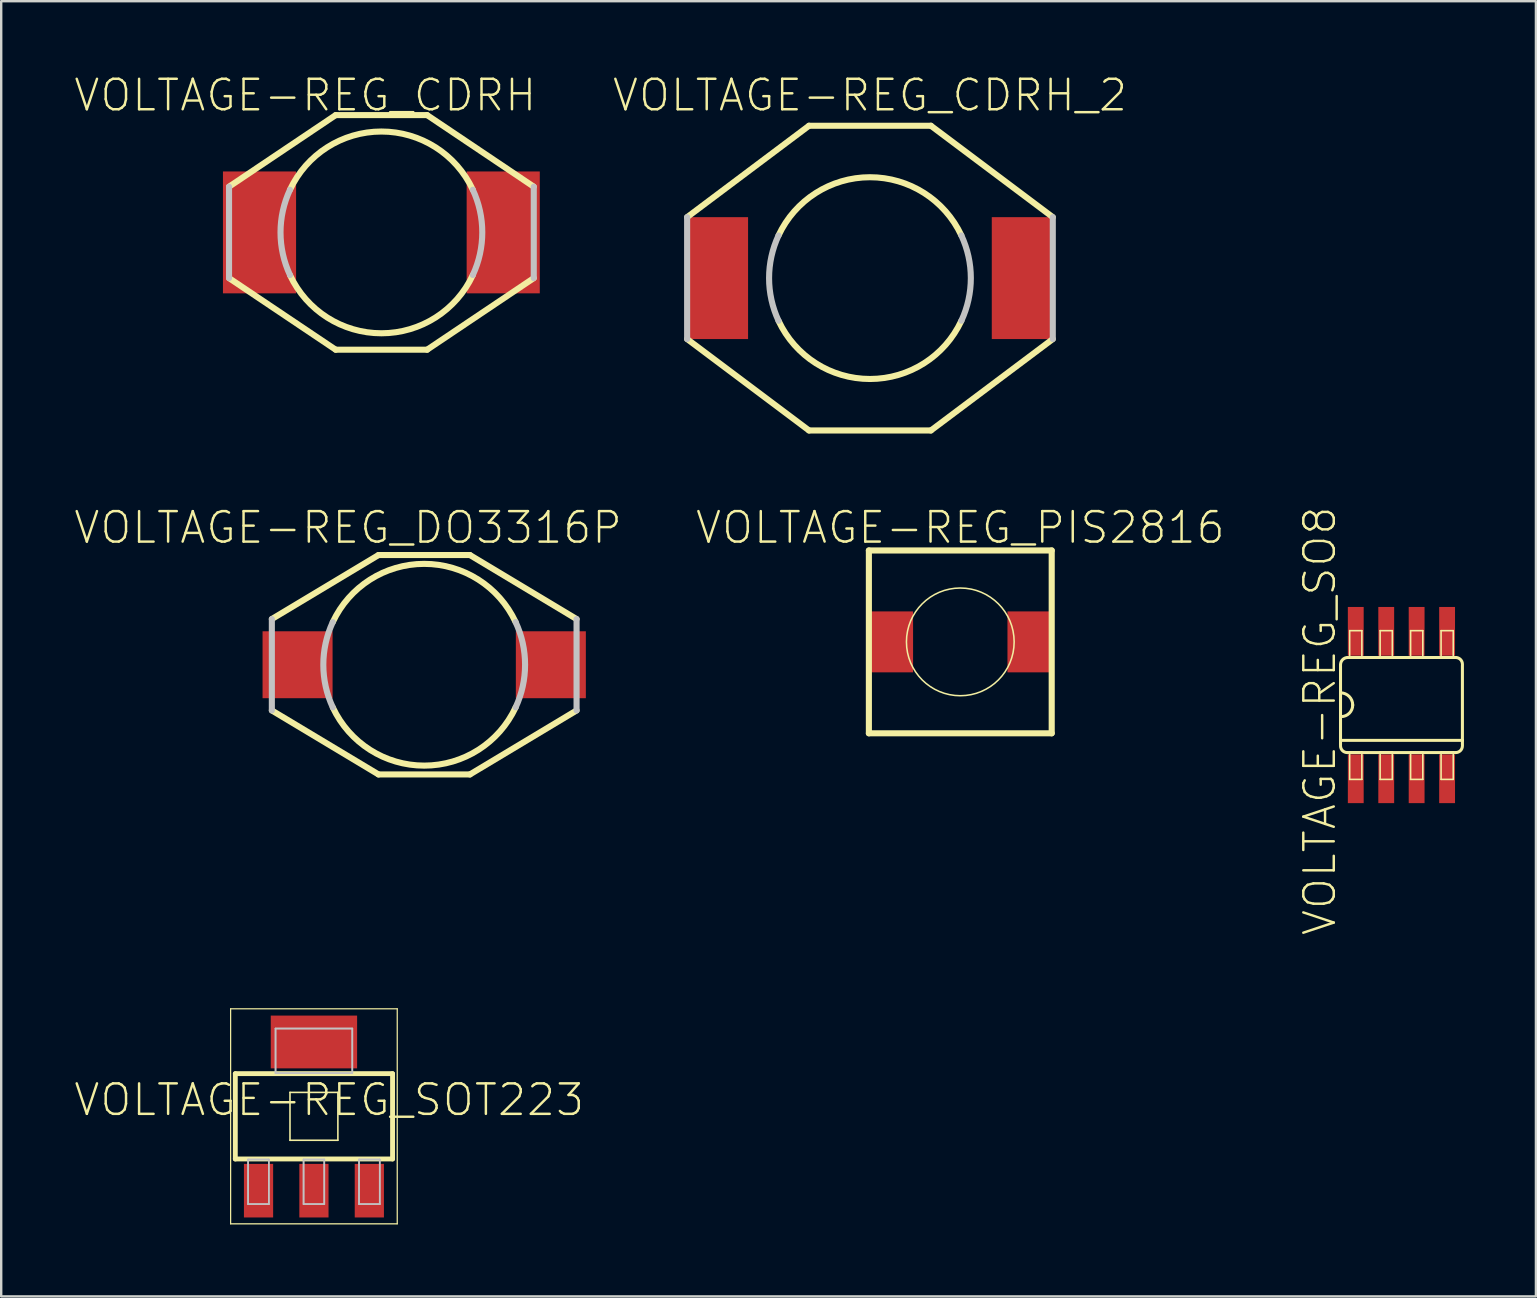
<source format=kicad_pcb>
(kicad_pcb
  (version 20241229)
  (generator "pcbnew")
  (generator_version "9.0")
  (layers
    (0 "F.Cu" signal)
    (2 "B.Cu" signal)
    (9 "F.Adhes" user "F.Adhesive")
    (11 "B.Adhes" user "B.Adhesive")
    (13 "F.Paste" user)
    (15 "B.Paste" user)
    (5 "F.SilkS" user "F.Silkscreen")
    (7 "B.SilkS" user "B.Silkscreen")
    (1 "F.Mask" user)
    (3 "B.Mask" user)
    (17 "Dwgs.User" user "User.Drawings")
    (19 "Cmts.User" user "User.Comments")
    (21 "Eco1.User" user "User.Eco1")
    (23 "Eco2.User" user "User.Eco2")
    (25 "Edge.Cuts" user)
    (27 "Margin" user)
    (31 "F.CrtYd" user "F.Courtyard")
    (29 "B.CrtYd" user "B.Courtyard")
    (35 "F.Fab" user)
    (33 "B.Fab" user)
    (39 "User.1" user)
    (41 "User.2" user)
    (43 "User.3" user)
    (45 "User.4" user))
  (footprint "VOLTAGE-REG_CDRH"
    (layer "F.Cu")
    (at 12.846 6.636)
    (property "Reference" "VOLTAGE-REG_CDRH" (at -3.175 -5.715 0) (layer "F.SilkS") (effects (font (size 1.27 1.27) (thickness 0.102))))
    (attr smd)
    (fp_line (start -6.35 -1.905) (end -1.905 -4.889) (stroke (width 0.254) (type solid)) (layer "F.SilkS"))
    (fp_line (start -6.35 1.905) (end -1.905 4.889) (stroke (width 0.254) (type solid)) (layer "F.SilkS"))
    (fp_line (start -1.905 -4.889) (end 1.905 -4.889) (stroke (width 0.254) (type solid)) (layer "F.SilkS"))
    (fp_line (start -1.905 4.889) (end 1.905 4.889) (stroke (width 0.254) (type solid)) (layer "F.SilkS"))
    (fp_line (start 6.35 -1.905) (end 1.905 -4.889) (stroke (width 0.254) (type solid)) (layer "F.SilkS"))
    (fp_line (start 6.35 1.905) (end 1.905 4.889) (stroke (width 0.254) (type solid)) (layer "F.SilkS"))
    (fp_arc (start -3.81 -1.778) (mid -0.002429 -4.204447) (end 3.807943 -1.782402) (stroke (width 0.254) (type solid)) (layer "F.SilkS"))
    (fp_arc (start 3.81 1.778) (mid 0.002429 4.204447) (end -3.807943 1.782402) (stroke (width 0.254) (type solid)) (layer "F.SilkS"))
    (fp_line (start -6.35 -1.905) (end -6.35 1.905) (stroke (width 0.254) (type solid)) (layer "Dwgs.User"))
    (fp_line (start 6.35 -1.905) (end 6.35 1.905) (stroke (width 0.254) (type solid)) (layer "Dwgs.User"))
    (fp_arc (start -3.81 1.778) (mid -4.204448 0.00124) (end -3.811048 -1.775753) (stroke (width 0.254) (type solid)) (layer "Dwgs.User"))
    (fp_arc (start 3.81 -1.778) (mid 4.204448 -0.00124) (end 3.811048 1.775753) (stroke (width 0.254) (type solid)) (layer "Dwgs.User"))
    (pad "1" smd rect (at -5.08 0 90) (size 5.08 3.048) (layers "F.Cu" "F.Mask" "F.Paste"))
    (pad "2" smd rect (at 5.077 0 90) (size 5.08 3.048) (layers "F.Cu" "F.Mask" "F.Paste")))
  (footprint "VOLTAGE-REG_PIS2816"
    (layer "F.Cu")
    (at 36.973 23.702)
    (property "Reference" "VOLTAGE-REG_PIS2816" (at 0 -4.763 0) (layer "F.SilkS") (effects (font (size 1.27 1.27) (thickness 0.102))))
    (attr smd)
    (fp_line (start -3.81 -3.81) (end -3.81 3.81) (stroke (width 0.254) (type solid)) (layer "F.SilkS"))
    (fp_line (start -3.81 -3.81) (end 3.81 -3.81) (stroke (width 0.254) (type solid)) (layer "F.SilkS"))
    (fp_line (start -3.81 3.81) (end 3.81 3.81) (stroke (width 0.254) (type solid)) (layer "F.SilkS"))
    (fp_line (start 3.81 -3.81) (end 3.81 3.81) (stroke (width 0.254) (type solid)) (layer "F.SilkS"))
    (fp_circle (center 0 0) (end -1.587 1.587) (stroke (width 0.064) (type solid)) (fill no) (layer "F.SilkS"))
    (pad "1" smd rect (at -2.857 0 90) (size 2.54 1.778) (layers "F.Cu" "F.Mask" "F.Paste"))
    (pad "2" smd rect (at 2.855 0 90) (size 2.54 1.778) (layers "F.Cu" "F.Mask" "F.Paste")))
  (footprint "VOLTAGE-REG_CDRH_2"
    (layer "F.Cu")
    (at 33.208 8.541)
    (property "Reference" "VOLTAGE-REG_CDRH_2" (at 0 -7.62 0) (layer "F.SilkS") (effects (font (size 1.27 1.27) (thickness 0.102))))
    (attr smd)
    (fp_line (start -7.62 -2.54) (end -2.54 -6.35) (stroke (width 0.254) (type solid)) (layer "F.SilkS"))
    (fp_line (start -7.62 2.54) (end -2.54 6.35) (stroke (width 0.254) (type solid)) (layer "F.SilkS"))
    (fp_line (start -2.54 -6.35) (end 2.54 -6.35) (stroke (width 0.254) (type solid)) (layer "F.SilkS"))
    (fp_line (start -2.54 6.35) (end 2.54 6.35) (stroke (width 0.254) (type solid)) (layer "F.SilkS"))
    (fp_line (start 7.62 -2.54) (end 2.54 -6.35) (stroke (width 0.254) (type solid)) (layer "F.SilkS"))
    (fp_line (start 7.62 2.54) (end 2.54 6.35) (stroke (width 0.254) (type solid)) (layer "F.SilkS"))
    (fp_arc (start -3.81 -1.778) (mid -0.002429 -4.204447) (end 3.807943 -1.782402) (stroke (width 0.254) (type solid)) (layer "F.SilkS"))
    (fp_arc (start 3.81 1.778) (mid 0.002429 4.204447) (end -3.807943 1.782402) (stroke (width 0.254) (type solid)) (layer "F.SilkS"))
    (fp_line (start -7.62 -2.54) (end -7.62 2.54) (stroke (width 0.254) (type solid)) (layer "Dwgs.User"))
    (fp_line (start 7.62 -2.54) (end 7.62 2.54) (stroke (width 0.254) (type solid)) (layer "Dwgs.User"))
    (fp_arc (start -3.81 1.778) (mid -4.204448 0.00124) (end -3.811048 -1.775753) (stroke (width 0.254) (type solid)) (layer "Dwgs.User"))
    (fp_arc (start 3.81 -1.778) (mid 4.204448 -0.00124) (end 3.811048 1.775753) (stroke (width 0.254) (type solid)) (layer "Dwgs.User"))
    (pad "1" smd rect (at -6.35 0 90) (size 5.08 2.54) (layers "F.Cu" "F.Mask" "F.Paste"))
    (pad "2" smd rect (at 6.347 0 90) (size 5.08 2.54) (layers "F.Cu" "F.Mask" "F.Paste")))
  (footprint "VOLTAGE-REG_SO8"
    (layer "F.Cu")
    (at 55.36 26.334)
    (property "Reference" "VOLTAGE-REG_SO8" (at -3.404 0.66 90) (layer "F.SilkS") (effects (font (size 1.27 1.27) (thickness 0.102))))
    (attr smd)
    (fp_line (start -2.54 -0.508) (end -2.54 -1.651) (stroke (width 0.127) (type solid)) (layer "F.SilkS"))
    (fp_line (start -2.54 1.651) (end -2.54 -0.508) (stroke (width 0.127) (type solid)) (layer "F.SilkS"))
    (fp_line (start -2.515 1.473) (end 2.54 1.473) (stroke (width 0.127) (type solid)) (layer "F.SilkS"))
    (fp_line (start -2.235 -1.981) (end -2.207 -1.981) (stroke (width 0.127) (type solid)) (layer "F.SilkS"))
    (fp_line (start -2.182 1.981) (end -2.261 1.981) (stroke (width 0.127) (type solid)) (layer "F.SilkS"))
    (fp_line (start -2.159 -3.099) (end -1.651 -3.099) (stroke (width 0.066) (type solid)) (layer "F.SilkS"))
    (fp_line (start -2.159 -1.981) (end 2.159 -1.981) (stroke (width 0.127) (type solid)) (layer "F.SilkS"))
    (fp_line (start -2.159 -1.956) (end -2.159 -3.099) (stroke (width 0.066) (type solid)) (layer "F.SilkS"))
    (fp_line (start -2.159 -1.956) (end -1.651 -1.956) (stroke (width 0.066) (type solid)) (layer "F.SilkS"))
    (fp_line (start -2.159 1.956) (end -1.651 1.956) (stroke (width 0.066) (type solid)) (layer "F.SilkS"))
    (fp_line (start -2.159 1.981) (end 2.159 1.981) (stroke (width 0.127) (type solid)) (layer "F.SilkS"))
    (fp_line (start -2.159 3.099) (end -2.159 1.956) (stroke (width 0.066) (type solid)) (layer "F.SilkS"))
    (fp_line (start -2.159 3.099) (end -1.651 3.099) (stroke (width 0.066) (type solid)) (layer "F.SilkS"))
    (fp_line (start -1.651 -1.956) (end -1.651 -3.099) (stroke (width 0.066) (type solid)) (layer "F.SilkS"))
    (fp_line (start -1.651 3.099) (end -1.651 1.956) (stroke (width 0.066) (type solid)) (layer "F.SilkS"))
    (fp_line (start -0.889 -3.099) (end -0.381 -3.099) (stroke (width 0.066) (type solid)) (layer "F.SilkS"))
    (fp_line (start -0.889 -1.956) (end -0.889 -3.099) (stroke (width 0.066) (type solid)) (layer "F.SilkS"))
    (fp_line (start -0.889 -1.956) (end -0.381 -1.956) (stroke (width 0.066) (type solid)) (layer "F.SilkS"))
    (fp_line (start -0.889 1.956) (end -0.381 1.956) (stroke (width 0.066) (type solid)) (layer "F.SilkS"))
    (fp_line (start -0.889 3.099) (end -0.889 1.956) (stroke (width 0.066) (type solid)) (layer "F.SilkS"))
    (fp_line (start -0.889 3.099) (end -0.381 3.099) (stroke (width 0.066) (type solid)) (layer "F.SilkS"))
    (fp_line (start -0.381 -1.956) (end -0.381 -3.099) (stroke (width 0.066) (type solid)) (layer "F.SilkS"))
    (fp_line (start -0.381 3.099) (end -0.381 1.956) (stroke (width 0.066) (type solid)) (layer "F.SilkS"))
    (fp_line (start 0.381 -3.099) (end 0.889 -3.099) (stroke (width 0.066) (type solid)) (layer "F.SilkS"))
    (fp_line (start 0.381 -1.956) (end 0.381 -3.099) (stroke (width 0.066) (type solid)) (layer "F.SilkS"))
    (fp_line (start 0.381 -1.956) (end 0.889 -1.956) (stroke (width 0.066) (type solid)) (layer "F.SilkS"))
    (fp_line (start 0.381 1.956) (end 0.889 1.956) (stroke (width 0.066) (type solid)) (layer "F.SilkS"))
    (fp_line (start 0.381 3.099) (end 0.381 1.956) (stroke (width 0.066) (type solid)) (layer "F.SilkS"))
    (fp_line (start 0.381 3.099) (end 0.889 3.099) (stroke (width 0.066) (type solid)) (layer "F.SilkS"))
    (fp_line (start 0.889 -1.956) (end 0.889 -3.099) (stroke (width 0.066) (type solid)) (layer "F.SilkS"))
    (fp_line (start 0.889 3.099) (end 0.889 1.956) (stroke (width 0.066) (type solid)) (layer "F.SilkS"))
    (fp_line (start 1.651 -3.099) (end 2.159 -3.099) (stroke (width 0.066) (type solid)) (layer "F.SilkS"))
    (fp_line (start 1.651 -1.956) (end 1.651 -3.099) (stroke (width 0.066) (type solid)) (layer "F.SilkS"))
    (fp_line (start 1.651 -1.956) (end 2.159 -1.956) (stroke (width 0.066) (type solid)) (layer "F.SilkS"))
    (fp_line (start 1.651 1.956) (end 2.159 1.956) (stroke (width 0.066) (type solid)) (layer "F.SilkS"))
    (fp_line (start 1.651 3.099) (end 1.651 1.956) (stroke (width 0.066) (type solid)) (layer "F.SilkS"))
    (fp_line (start 1.651 3.099) (end 2.159 3.099) (stroke (width 0.066) (type solid)) (layer "F.SilkS"))
    (fp_line (start 2.159 -1.956) (end 2.159 -3.099) (stroke (width 0.066) (type solid)) (layer "F.SilkS"))
    (fp_line (start 2.159 3.099) (end 2.159 1.956) (stroke (width 0.066) (type solid)) (layer "F.SilkS"))
    (fp_line (start 2.182 -1.981) (end 2.261 -1.981) (stroke (width 0.127) (type solid)) (layer "F.SilkS"))
    (fp_line (start 2.182 1.981) (end 2.261 1.981) (stroke (width 0.127) (type solid)) (layer "F.SilkS"))
    (fp_line (start 2.54 -1.651) (end 2.54 1.473) (stroke (width 0.127) (type solid)) (layer "F.SilkS"))
    (fp_line (start 2.54 1.473) (end 2.54 1.651) (stroke (width 0.127) (type solid)) (layer "F.SilkS"))
    (fp_arc (start -2.54 -1.6764) (mid -2.450726 -1.891926) (end -2.2352 -1.9812) (stroke (width 0.127) (type solid)) (layer "F.SilkS"))
    (fp_arc (start -2.54 -0.508) (mid -2.18079 -0.35921) (end -2.032 0) (stroke (width 0.127) (type solid)) (layer "F.SilkS"))
    (fp_arc (start -2.2606 1.9812) (mid -2.458166 1.899366) (end -2.54 1.7018) (stroke (width 0.127) (type solid)) (layer "F.SilkS"))
    (fp_arc (start -2.032 0) (mid -2.17335 0.34125) (end -2.5146 0.4826) (stroke (width 0.127) (type solid)) (layer "F.SilkS"))
    (fp_arc (start 2.2606 -1.9812) (mid 2.458166 -1.899366) (end 2.54 -1.7018) (stroke (width 0.127) (type solid)) (layer "F.SilkS"))
    (fp_arc (start 2.54 1.7018) (mid 2.458166 1.899366) (end 2.2606 1.9812) (stroke (width 0.127) (type solid)) (layer "F.SilkS"))
    (pad "1" smd rect (at -1.905 3.073 90) (size 2.032 0.66) (layers "F.Cu" "F.Mask" "F.Paste"))
    (pad "2" smd rect (at -0.635 3.073 90) (size 2.032 0.66) (layers "F.Cu" "F.Mask" "F.Paste"))
    (pad "3" smd rect (at 0.632 3.073 90) (size 2.032 0.66) (layers "F.Cu" "F.Mask" "F.Paste"))
    (pad "4" smd rect (at 1.902 3.073 90) (size 2.032 0.66) (layers "F.Cu" "F.Mask" "F.Paste"))
    (pad "5" smd rect (at 1.902 -3.071 90) (size 2.032 0.66) (layers "F.Cu" "F.Mask" "F.Paste"))
    (pad "6" smd rect (at 0.632 -3.071 90) (size 2.032 0.66) (layers "F.Cu" "F.Mask" "F.Paste"))
    (pad "7" smd rect (at -0.635 -3.071 90) (size 2.032 0.66) (layers "F.Cu" "F.Mask" "F.Paste"))
    (pad "8" smd rect (at -1.905 -3.071 90) (size 2.032 0.66) (layers "F.Cu" "F.Mask" "F.Paste")))
  (footprint "VOLTAGE-REG_DO3316P"
    (layer "F.Cu")
    (at 14.63 24.655)
    (property "Reference" "VOLTAGE-REG_DO3316P" (at -3.175 -5.715 0) (layer "F.SilkS") (effects (font (size 1.27 1.27) (thickness 0.102))))
    (attr smd)
    (fp_line (start -6.35 -1.905) (end -1.905 -4.572) (stroke (width 0.254) (type solid)) (layer "F.SilkS"))
    (fp_line (start -6.35 1.905) (end -1.905 4.572) (stroke (width 0.254) (type solid)) (layer "F.SilkS"))
    (fp_line (start -1.905 -4.572) (end 1.905 -4.572) (stroke (width 0.254) (type solid)) (layer "F.SilkS"))
    (fp_line (start -1.905 4.572) (end 1.905 4.572) (stroke (width 0.254) (type solid)) (layer "F.SilkS"))
    (fp_line (start 6.35 -1.905) (end 1.905 -4.572) (stroke (width 0.254) (type solid)) (layer "F.SilkS"))
    (fp_line (start 6.35 1.905) (end 1.905 4.572) (stroke (width 0.254) (type solid)) (layer "F.SilkS"))
    (fp_arc (start -3.81 -1.778) (mid -0.002429 -4.204447) (end 3.807943 -1.782402) (stroke (width 0.254) (type solid)) (layer "F.SilkS"))
    (fp_arc (start 3.81 1.778) (mid 0.002429 4.204447) (end -3.807943 1.782402) (stroke (width 0.254) (type solid)) (layer "F.SilkS"))
    (fp_line (start -6.35 -1.905) (end -6.35 1.905) (stroke (width 0.254) (type solid)) (layer "Dwgs.User"))
    (fp_line (start 6.35 -1.905) (end 6.35 1.905) (stroke (width 0.254) (type solid)) (layer "Dwgs.User"))
    (fp_arc (start -3.81 1.778) (mid -4.204448 0.00124) (end -3.811048 -1.775753) (stroke (width 0.254) (type solid)) (layer "Dwgs.User"))
    (fp_arc (start 3.81 -1.778) (mid 4.204448 -0.00124) (end 3.811048 1.775753) (stroke (width 0.254) (type solid)) (layer "Dwgs.User"))
    (pad "1" smd rect (at -5.278 0) (size 2.918 2.789) (layers "F.Cu" "F.Mask" "F.Paste"))
    (pad "2" smd rect (at 5.278 0) (size 2.918 2.789) (layers "F.Cu" "F.Mask" "F.Paste")))
  (footprint "VOLTAGE-REG_SOT223"
    (layer "F.Cu")
    (at 10.034 43.476)
    (property "Reference" "VOLTAGE-REG_SOT223" (at 0.635 -0.686 0) (layer "F.SilkS") (effects (font (size 1.27 1.27) (thickness 0.102))))
    (attr smd)
    (fp_line (start -3.472 -4.481) (end 3.472 -4.481) (stroke (width 0.051) (type solid)) (layer "F.SilkS"))
    (fp_line (start -3.472 4.481) (end -3.472 -4.481) (stroke (width 0.051) (type solid)) (layer "F.SilkS"))
    (fp_line (start -3.277 -1.778) (end 3.277 -1.778) (stroke (width 0.203) (type solid)) (layer "F.SilkS"))
    (fp_line (start -3.277 1.778) (end -3.277 -1.778) (stroke (width 0.203) (type solid)) (layer "F.SilkS"))
    (fp_line (start -0.998 -0.998) (end 0.998 -0.998) (stroke (width 0.066) (type solid)) (layer "F.SilkS"))
    (fp_line (start -0.998 0.998) (end -0.998 -0.998) (stroke (width 0.066) (type solid)) (layer "F.SilkS"))
    (fp_line (start -0.998 0.998) (end 0.998 0.998) (stroke (width 0.066) (type solid)) (layer "F.SilkS"))
    (fp_line (start 0.998 0.998) (end 0.998 -0.998) (stroke (width 0.066) (type solid)) (layer "F.SilkS"))
    (fp_line (start 3.277 -1.778) (end 3.277 1.778) (stroke (width 0.203) (type solid)) (layer "F.SilkS"))
    (fp_line (start 3.277 1.778) (end -3.277 1.778) (stroke (width 0.203) (type solid)) (layer "F.SilkS"))
    (fp_line (start 3.472 -4.481) (end 3.472 4.481) (stroke (width 0.051) (type solid)) (layer "F.SilkS"))
    (fp_line (start 3.472 4.481) (end -3.472 4.481) (stroke (width 0.051) (type solid)) (layer "F.SilkS"))
    (fp_line (start -2.743 1.801) (end -1.88 1.801) (stroke (width 0.066) (type solid)) (layer "Dwgs.User"))
    (fp_line (start -2.743 1.801) (end -1.88 1.801) (stroke (width 0.066) (type solid)) (layer "Dwgs.User"))
    (fp_line (start -2.743 3.658) (end -2.743 1.801) (stroke (width 0.066) (type solid)) (layer "Dwgs.User"))
    (fp_line (start -2.743 3.658) (end -2.743 1.801) (stroke (width 0.066) (type solid)) (layer "Dwgs.User"))
    (fp_line (start -2.743 3.658) (end -1.88 3.658) (stroke (width 0.066) (type solid)) (layer "Dwgs.User"))
    (fp_line (start -2.743 3.658) (end -1.88 3.658) (stroke (width 0.066) (type solid)) (layer "Dwgs.User"))
    (fp_line (start -1.88 3.658) (end -1.88 1.801) (stroke (width 0.066) (type solid)) (layer "Dwgs.User"))
    (fp_line (start -1.88 3.658) (end -1.88 1.801) (stroke (width 0.066) (type solid)) (layer "Dwgs.User"))
    (fp_line (start -1.6 -3.658) (end 1.6 -3.658) (stroke (width 0.066) (type solid)) (layer "Dwgs.User"))
    (fp_line (start -1.6 -3.658) (end 1.6 -3.658) (stroke (width 0.066) (type solid)) (layer "Dwgs.User"))
    (fp_line (start -1.6 -1.801) (end -1.6 -3.658) (stroke (width 0.066) (type solid)) (layer "Dwgs.User"))
    (fp_line (start -1.6 -1.801) (end -1.6 -3.658) (stroke (width 0.066) (type solid)) (layer "Dwgs.User"))
    (fp_line (start -1.6 -1.801) (end 1.6 -1.801) (stroke (width 0.066) (type solid)) (layer "Dwgs.User"))
    (fp_line (start -1.6 -1.801) (end 1.6 -1.801) (stroke (width 0.066) (type solid)) (layer "Dwgs.User"))
    (fp_line (start -0.432 1.801) (end 0.432 1.801) (stroke (width 0.066) (type solid)) (layer "Dwgs.User"))
    (fp_line (start -0.432 1.801) (end 0.432 1.801) (stroke (width 0.066) (type solid)) (layer "Dwgs.User"))
    (fp_line (start -0.432 3.658) (end -0.432 1.801) (stroke (width 0.066) (type solid)) (layer "Dwgs.User"))
    (fp_line (start -0.432 3.658) (end -0.432 1.801) (stroke (width 0.066) (type solid)) (layer "Dwgs.User"))
    (fp_line (start -0.432 3.658) (end 0.432 3.658) (stroke (width 0.066) (type solid)) (layer "Dwgs.User"))
    (fp_line (start -0.432 3.658) (end 0.432 3.658) (stroke (width 0.066) (type solid)) (layer "Dwgs.User"))
    (fp_line (start 0.432 3.658) (end 0.432 1.801) (stroke (width 0.066) (type solid)) (layer "Dwgs.User"))
    (fp_line (start 0.432 3.658) (end 0.432 1.801) (stroke (width 0.066) (type solid)) (layer "Dwgs.User"))
    (fp_line (start 1.6 -1.801) (end 1.6 -3.658) (stroke (width 0.066) (type solid)) (layer "Dwgs.User"))
    (fp_line (start 1.6 -1.801) (end 1.6 -3.658) (stroke (width 0.066) (type solid)) (layer "Dwgs.User"))
    (fp_line (start 1.88 1.801) (end 2.743 1.801) (stroke (width 0.066) (type solid)) (layer "Dwgs.User"))
    (fp_line (start 1.88 1.801) (end 2.743 1.801) (stroke (width 0.066) (type solid)) (layer "Dwgs.User"))
    (fp_line (start 1.88 3.658) (end 1.88 1.801) (stroke (width 0.066) (type solid)) (layer "Dwgs.User"))
    (fp_line (start 1.88 3.658) (end 1.88 1.801) (stroke (width 0.066) (type solid)) (layer "Dwgs.User"))
    (fp_line (start 1.88 3.658) (end 2.743 3.658) (stroke (width 0.066) (type solid)) (layer "Dwgs.User"))
    (fp_line (start 1.88 3.658) (end 2.743 3.658) (stroke (width 0.066) (type solid)) (layer "Dwgs.User"))
    (fp_line (start 2.743 3.658) (end 2.743 1.801) (stroke (width 0.066) (type solid)) (layer "Dwgs.User"))
    (fp_line (start 2.743 3.658) (end 2.743 1.801) (stroke (width 0.066) (type solid)) (layer "Dwgs.User"))
    (pad "1" smd rect (at -2.309 3.099) (size 1.217 2.233) (layers "F.Cu" "F.Mask" "F.Paste"))
    (pad "2" smd rect (at 0 3.099) (size 1.217 2.233) (layers "F.Cu" "F.Mask" "F.Paste"))
    (pad "3" smd rect (at 2.309 3.099) (size 1.217 2.233) (layers "F.Cu" "F.Mask" "F.Paste"))
    (pad "4" smd rect (at 0 -3.099) (size 3.599 2.2) (layers "F.Cu" "F.Mask" "F.Paste")))
  (gr_rect
    (start -3 -3)
    (end 60.964 50.982)
    (stroke (width 0.1) (type default))
    (fill no)
    (layer "Edge.Cuts")))
</source>
